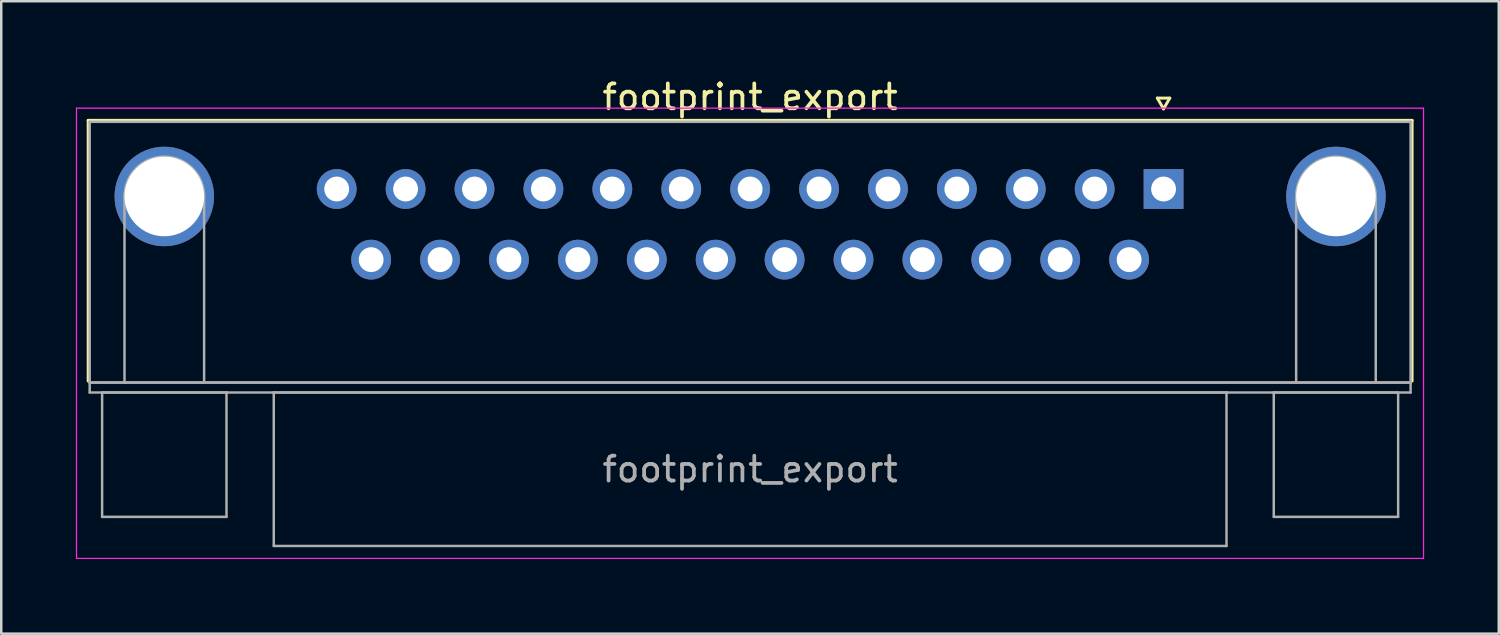
<source format=kicad_pcb>
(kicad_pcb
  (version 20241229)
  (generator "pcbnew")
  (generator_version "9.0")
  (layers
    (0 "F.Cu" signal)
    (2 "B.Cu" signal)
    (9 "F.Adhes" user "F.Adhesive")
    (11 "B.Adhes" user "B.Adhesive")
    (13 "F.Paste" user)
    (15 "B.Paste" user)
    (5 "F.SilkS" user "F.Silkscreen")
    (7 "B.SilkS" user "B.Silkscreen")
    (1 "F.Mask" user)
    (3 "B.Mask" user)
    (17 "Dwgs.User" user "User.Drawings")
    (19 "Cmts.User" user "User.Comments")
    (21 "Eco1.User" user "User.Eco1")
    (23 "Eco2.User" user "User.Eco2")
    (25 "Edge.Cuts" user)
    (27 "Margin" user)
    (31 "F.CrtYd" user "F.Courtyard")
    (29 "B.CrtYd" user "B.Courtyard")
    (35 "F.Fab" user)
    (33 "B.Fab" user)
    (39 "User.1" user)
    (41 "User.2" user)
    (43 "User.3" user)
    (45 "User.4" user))
  (footprint "footprint_export"
    (layer "F.Cu")
    (at 43.725 4.548)
    (property "Reference" "footprint_export" (at -16.62 -3.7 0) (layer "F.SilkS") (effects (font (size 1 1) (thickness 0.15))))
    (attr through_hole)
    (fp_line (start -43.23 -2.76) (end 9.99 -2.76) (stroke (width 0.12) (type solid)) (layer "F.SilkS"))
    (fp_line (start -43.23 7.72) (end -43.23 -2.76) (stroke (width 0.12) (type solid)) (layer "F.SilkS"))
    (fp_line (start -0.25 -3.654) (end 0.25 -3.654) (stroke (width 0.12) (type solid)) (layer "F.SilkS"))
    (fp_line (start 0 -3.221) (end -0.25 -3.654) (stroke (width 0.12) (type solid)) (layer "F.SilkS"))
    (fp_line (start 0.25 -3.654) (end 0 -3.221) (stroke (width 0.12) (type solid)) (layer "F.SilkS"))
    (fp_line (start 9.99 -2.76) (end 9.99 7.72) (stroke (width 0.12) (type solid)) (layer "F.SilkS"))
    (fp_line (start -43.7 -3.25) (end -43.7 14.85) (stroke (width 0.05) (type solid)) (layer "F.CrtYd"))
    (fp_line (start -43.7 14.85) (end 10.45 14.85) (stroke (width 0.05) (type solid)) (layer "F.CrtYd"))
    (fp_line (start 10.45 -3.25) (end -43.7 -3.25) (stroke (width 0.05) (type solid)) (layer "F.CrtYd"))
    (fp_line (start 10.45 14.85) (end 10.45 -3.25) (stroke (width 0.05) (type solid)) (layer "F.CrtYd"))
    (fp_line (start -43.17 -2.7) (end -43.17 7.78) (stroke (width 0.1) (type solid)) (layer "F.Fab"))
    (fp_line (start -43.17 7.78) (end -43.17 8.18) (stroke (width 0.1) (type solid)) (layer "F.Fab"))
    (fp_line (start -43.17 7.78) (end 9.93 7.78) (stroke (width 0.1) (type solid)) (layer "F.Fab"))
    (fp_line (start -43.17 8.18) (end 9.93 8.18) (stroke (width 0.1) (type solid)) (layer "F.Fab"))
    (fp_line (start -42.67 8.18) (end -42.67 13.18) (stroke (width 0.1) (type solid)) (layer "F.Fab"))
    (fp_line (start -42.67 13.18) (end -37.67 13.18) (stroke (width 0.1) (type solid)) (layer "F.Fab"))
    (fp_line (start -41.77 7.78) (end -41.77 0.3) (stroke (width 0.1) (type solid)) (layer "F.Fab"))
    (fp_line (start -38.57 7.78) (end -38.57 0.3) (stroke (width 0.1) (type solid)) (layer "F.Fab"))
    (fp_line (start -37.67 8.18) (end -42.67 8.18) (stroke (width 0.1) (type solid)) (layer "F.Fab"))
    (fp_line (start -37.67 13.18) (end -37.67 8.18) (stroke (width 0.1) (type solid)) (layer "F.Fab"))
    (fp_line (start -35.77 8.18) (end -35.77 14.35) (stroke (width 0.1) (type solid)) (layer "F.Fab"))
    (fp_line (start -35.77 14.35) (end 2.53 14.35) (stroke (width 0.1) (type solid)) (layer "F.Fab"))
    (fp_line (start 2.53 8.18) (end -35.77 8.18) (stroke (width 0.1) (type solid)) (layer "F.Fab"))
    (fp_line (start 2.53 14.35) (end 2.53 8.18) (stroke (width 0.1) (type solid)) (layer "F.Fab"))
    (fp_line (start 4.43 8.18) (end 4.43 13.18) (stroke (width 0.1) (type solid)) (layer "F.Fab"))
    (fp_line (start 4.43 13.18) (end 9.43 13.18) (stroke (width 0.1) (type solid)) (layer "F.Fab"))
    (fp_line (start 5.33 7.78) (end 5.33 0.3) (stroke (width 0.1) (type solid)) (layer "F.Fab"))
    (fp_line (start 8.53 7.78) (end 8.53 0.3) (stroke (width 0.1) (type solid)) (layer "F.Fab"))
    (fp_line (start 9.43 8.18) (end 4.43 8.18) (stroke (width 0.1) (type solid)) (layer "F.Fab"))
    (fp_line (start 9.43 13.18) (end 9.43 8.18) (stroke (width 0.1) (type solid)) (layer "F.Fab"))
    (fp_line (start 9.93 -2.7) (end -43.17 -2.7) (stroke (width 0.1) (type solid)) (layer "F.Fab"))
    (fp_line (start 9.93 7.78) (end -43.17 7.78) (stroke (width 0.1) (type solid)) (layer "F.Fab"))
    (fp_line (start 9.93 7.78) (end 9.93 -2.7) (stroke (width 0.1) (type solid)) (layer "F.Fab"))
    (fp_line (start 9.93 8.18) (end 9.93 7.78) (stroke (width 0.1) (type solid)) (layer "F.Fab"))
    (fp_arc (start -41.77 0.3) (mid -40.17 -1.3) (end -38.57 0.3) (stroke (width 0.1) (type solid)) (layer "F.Fab"))
    (fp_arc (start 5.33 0.3) (mid 6.93 -1.3) (end 8.53 0.3) (stroke (width 0.1) (type solid)) (layer "F.Fab"))
    (fp_text user "${REFERENCE}" (at -16.62 11.265 0) (layer "F.Fab") (effects (font (size 1 1) (thickness 0.15))))
    (pad "0" thru_hole circle (at -40.17 0.3) (size 4 4) (drill 3.2) (layers "*.Cu" "*.Mask"))
    (pad "0" thru_hole circle (at 6.93 0.3) (size 4 4) (drill 3.2) (layers "*.Cu" "*.Mask"))
    (pad "1" thru_hole rect (at 0 0) (size 1.6 1.6) (drill 1) (layers "*.Cu" "*.Mask"))
    (pad "2" thru_hole circle (at -2.77 0) (size 1.6 1.6) (drill 1) (layers "*.Cu" "*.Mask"))
    (pad "3" thru_hole circle (at -5.54 0) (size 1.6 1.6) (drill 1) (layers "*.Cu" "*.Mask"))
    (pad "4" thru_hole circle (at -8.31 0) (size 1.6 1.6) (drill 1) (layers "*.Cu" "*.Mask"))
    (pad "5" thru_hole circle (at -11.08 0) (size 1.6 1.6) (drill 1) (layers "*.Cu" "*.Mask"))
    (pad "6" thru_hole circle (at -13.85 0) (size 1.6 1.6) (drill 1) (layers "*.Cu" "*.Mask"))
    (pad "7" thru_hole circle (at -16.62 0) (size 1.6 1.6) (drill 1) (layers "*.Cu" "*.Mask"))
    (pad "8" thru_hole circle (at -19.39 0) (size 1.6 1.6) (drill 1) (layers "*.Cu" "*.Mask"))
    (pad "9" thru_hole circle (at -22.16 0) (size 1.6 1.6) (drill 1) (layers "*.Cu" "*.Mask"))
    (pad "10" thru_hole circle (at -24.93 0) (size 1.6 1.6) (drill 1) (layers "*.Cu" "*.Mask"))
    (pad "11" thru_hole circle (at -27.7 0) (size 1.6 1.6) (drill 1) (layers "*.Cu" "*.Mask"))
    (pad "12" thru_hole circle (at -30.47 0) (size 1.6 1.6) (drill 1) (layers "*.Cu" "*.Mask"))
    (pad "13" thru_hole circle (at -33.24 0) (size 1.6 1.6) (drill 1) (layers "*.Cu" "*.Mask"))
    (pad "14" thru_hole circle (at -1.385 2.84) (size 1.6 1.6) (drill 1) (layers "*.Cu" "*.Mask"))
    (pad "15" thru_hole circle (at -4.155 2.84) (size 1.6 1.6) (drill 1) (layers "*.Cu" "*.Mask"))
    (pad "16" thru_hole circle (at -6.925 2.84) (size 1.6 1.6) (drill 1) (layers "*.Cu" "*.Mask"))
    (pad "17" thru_hole circle (at -9.695 2.84) (size 1.6 1.6) (drill 1) (layers "*.Cu" "*.Mask"))
    (pad "18" thru_hole circle (at -12.465 2.84) (size 1.6 1.6) (drill 1) (layers "*.Cu" "*.Mask"))
    (pad "19" thru_hole circle (at -15.235 2.84) (size 1.6 1.6) (drill 1) (layers "*.Cu" "*.Mask"))
    (pad "20" thru_hole circle (at -18.005 2.84) (size 1.6 1.6) (drill 1) (layers "*.Cu" "*.Mask"))
    (pad "21" thru_hole circle (at -20.775 2.84) (size 1.6 1.6) (drill 1) (layers "*.Cu" "*.Mask"))
    (pad "22" thru_hole circle (at -23.545 2.84) (size 1.6 1.6) (drill 1) (layers "*.Cu" "*.Mask"))
    (pad "23" thru_hole circle (at -26.315 2.84) (size 1.6 1.6) (drill 1) (layers "*.Cu" "*.Mask"))
    (pad "24" thru_hole circle (at -29.085 2.84) (size 1.6 1.6) (drill 1) (layers "*.Cu" "*.Mask"))
    (pad "25" thru_hole circle (at -31.855 2.84) (size 1.6 1.6) (drill 1) (layers "*.Cu" "*.Mask")))
  (gr_rect
    (start -3 -3)
    (end 57.2 22.423)
    (stroke (width 0.1) (type default))
    (fill no)
    (layer "Edge.Cuts")))
</source>
